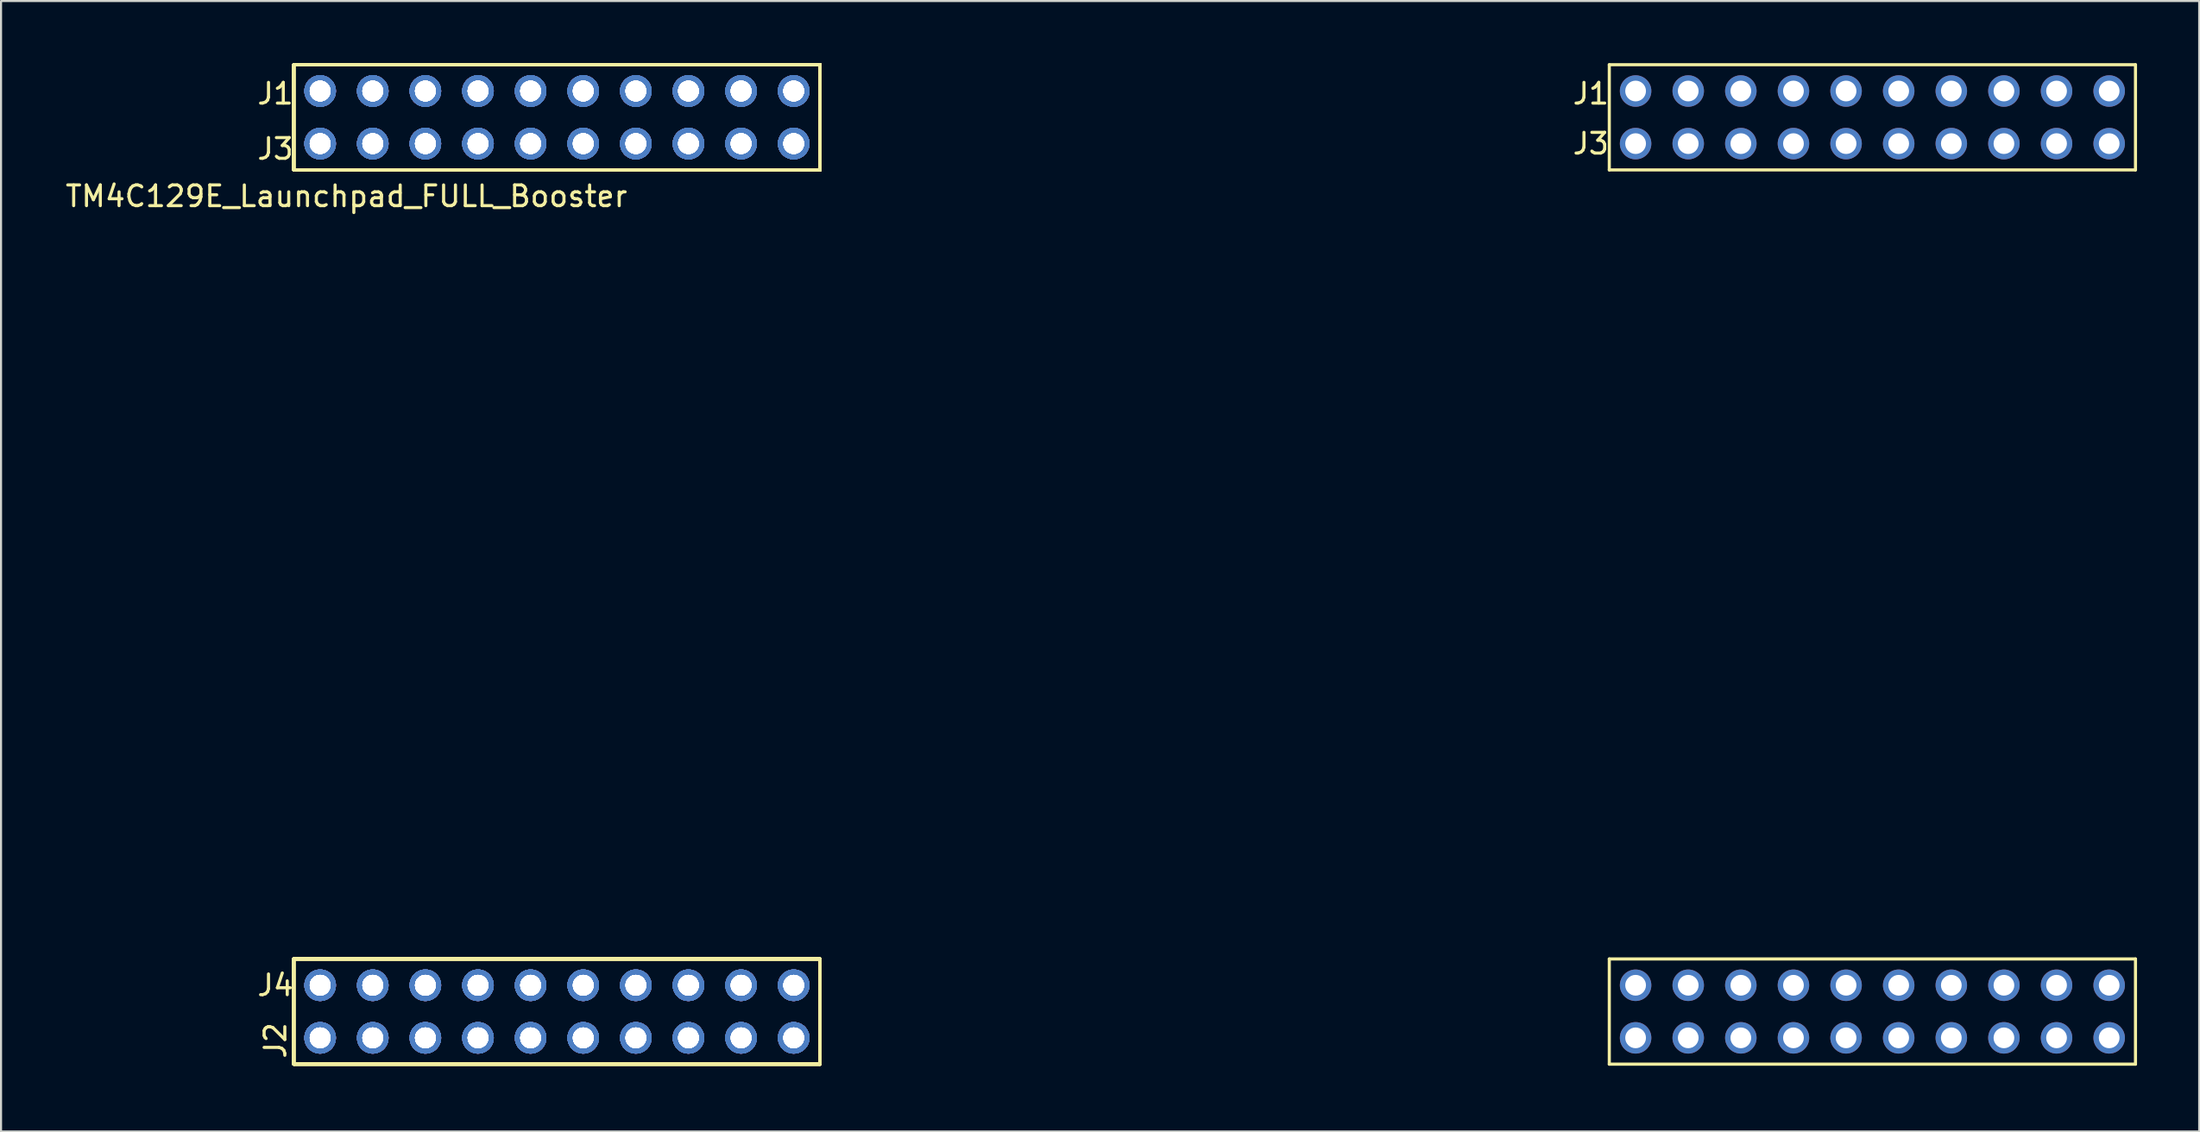
<source format=kicad_pcb>
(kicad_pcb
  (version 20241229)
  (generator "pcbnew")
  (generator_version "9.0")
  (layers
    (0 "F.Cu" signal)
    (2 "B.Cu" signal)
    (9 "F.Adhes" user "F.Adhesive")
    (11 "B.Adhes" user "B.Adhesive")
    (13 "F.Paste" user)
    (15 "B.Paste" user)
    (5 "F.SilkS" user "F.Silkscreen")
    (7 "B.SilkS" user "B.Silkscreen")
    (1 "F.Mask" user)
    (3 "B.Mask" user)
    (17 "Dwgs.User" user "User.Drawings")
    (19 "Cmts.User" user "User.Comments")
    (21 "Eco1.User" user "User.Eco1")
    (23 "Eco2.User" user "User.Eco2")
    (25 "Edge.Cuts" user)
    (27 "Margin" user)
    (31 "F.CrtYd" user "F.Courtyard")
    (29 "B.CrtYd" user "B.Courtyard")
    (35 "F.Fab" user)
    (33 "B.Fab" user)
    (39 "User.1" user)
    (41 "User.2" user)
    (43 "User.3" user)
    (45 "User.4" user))
  (footprint "TM4C129E_Launchpad_FULL_Booster"
    (layer "F.Cu")
    (at 11.133 48.335)
    (property "Reference" "TM4C129E_Launchpad_FULL_Booster" (at 2.54 -41.91 0) (layer "F.SilkS") (effects (font (size 1 1) (thickness 0.15))))
    (attr through_hole)
    (fp_line (start 0 -48.26) (end 0 -43.18) (stroke (width 0.15) (type solid)) (layer "F.SilkS"))
    (fp_line (start 0 -48.26) (end 0 -43.18) (stroke (width 0.15) (type solid)) (layer "F.SilkS"))
    (fp_line (start 0 -48.26) (end 0 -43.18) (stroke (width 0.15) (type solid)) (layer "F.SilkS"))
    (fp_line (start 0 -48.26) (end 0 -43.18) (stroke (width 0.15) (type solid)) (layer "F.SilkS"))
    (fp_line (start 0 -48.26) (end 0 -43.18) (stroke (width 0.15) (type solid)) (layer "F.SilkS"))
    (fp_line (start 0 -48.26) (end 0 -43.18) (stroke (width 0.15) (type solid)) (layer "F.SilkS"))
    (fp_line (start 0 -48.26) (end 0 -43.18) (stroke (width 0.15) (type solid)) (layer "F.SilkS"))
    (fp_line (start 0 -48.26) (end 0 -43.18) (stroke (width 0.15) (type solid)) (layer "F.SilkS"))
    (fp_line (start 0 -43.18) (end 25.4 -43.18) (stroke (width 0.15) (type solid)) (layer "F.SilkS"))
    (fp_line (start 0 -43.18) (end 25.4 -43.18) (stroke (width 0.15) (type solid)) (layer "F.SilkS"))
    (fp_line (start 0 -43.18) (end 25.4 -43.18) (stroke (width 0.15) (type solid)) (layer "F.SilkS"))
    (fp_line (start 0 -43.18) (end 25.4 -43.18) (stroke (width 0.15) (type solid)) (layer "F.SilkS"))
    (fp_line (start 0 -43.18) (end 25.4 -43.18) (stroke (width 0.15) (type solid)) (layer "F.SilkS"))
    (fp_line (start 0 -43.18) (end 25.4 -43.18) (stroke (width 0.15) (type solid)) (layer "F.SilkS"))
    (fp_line (start 0 -43.18) (end 25.4 -43.18) (stroke (width 0.15) (type solid)) (layer "F.SilkS"))
    (fp_line (start 0 -43.18) (end 25.4 -43.18) (stroke (width 0.15) (type solid)) (layer "F.SilkS"))
    (fp_line (start 0 -5.08) (end 0 0) (stroke (width 0.15) (type solid)) (layer "F.SilkS"))
    (fp_line (start 0 -5.08) (end 0 0) (stroke (width 0.15) (type solid)) (layer "F.SilkS"))
    (fp_line (start 0 -5.08) (end 0 0) (stroke (width 0.15) (type solid)) (layer "F.SilkS"))
    (fp_line (start 0 -5.08) (end 0 0) (stroke (width 0.15) (type solid)) (layer "F.SilkS"))
    (fp_line (start 0 -5.08) (end 0 0) (stroke (width 0.15) (type solid)) (layer "F.SilkS"))
    (fp_line (start 0 -5.08) (end 0 0) (stroke (width 0.15) (type solid)) (layer "F.SilkS"))
    (fp_line (start 0 -5.08) (end 0 0) (stroke (width 0.15) (type solid)) (layer "F.SilkS"))
    (fp_line (start 0 -5.08) (end 0 0) (stroke (width 0.15) (type solid)) (layer "F.SilkS"))
    (fp_line (start 0 0) (end 25.4 0) (stroke (width 0.15) (type solid)) (layer "F.SilkS"))
    (fp_line (start 0 0) (end 25.4 0) (stroke (width 0.15) (type solid)) (layer "F.SilkS"))
    (fp_line (start 0 0) (end 25.4 0) (stroke (width 0.15) (type solid)) (layer "F.SilkS"))
    (fp_line (start 0 0) (end 25.4 0) (stroke (width 0.15) (type solid)) (layer "F.SilkS"))
    (fp_line (start 0 0) (end 25.4 0) (stroke (width 0.15) (type solid)) (layer "F.SilkS"))
    (fp_line (start 0 0) (end 25.4 0) (stroke (width 0.15) (type solid)) (layer "F.SilkS"))
    (fp_line (start 0 0) (end 25.4 0) (stroke (width 0.15) (type solid)) (layer "F.SilkS"))
    (fp_line (start 0 0) (end 25.4 0) (stroke (width 0.15) (type solid)) (layer "F.SilkS"))
    (fp_line (start 25.4 -48.26) (end 0 -48.26) (stroke (width 0.15) (type solid)) (layer "F.SilkS"))
    (fp_line (start 25.4 -48.26) (end 0 -48.26) (stroke (width 0.15) (type solid)) (layer "F.SilkS"))
    (fp_line (start 25.4 -48.26) (end 0 -48.26) (stroke (width 0.15) (type solid)) (layer "F.SilkS"))
    (fp_line (start 25.4 -48.26) (end 0 -48.26) (stroke (width 0.15) (type solid)) (layer "F.SilkS"))
    (fp_line (start 25.4 -48.26) (end 0 -48.26) (stroke (width 0.15) (type solid)) (layer "F.SilkS"))
    (fp_line (start 25.4 -48.26) (end 0 -48.26) (stroke (width 0.15) (type solid)) (layer "F.SilkS"))
    (fp_line (start 25.4 -48.26) (end 0 -48.26) (stroke (width 0.15) (type solid)) (layer "F.SilkS"))
    (fp_line (start 25.4 -48.26) (end 0 -48.26) (stroke (width 0.15) (type solid)) (layer "F.SilkS"))
    (fp_line (start 25.4 -43.18) (end 25.4 -48.26) (stroke (width 0.15) (type solid)) (layer "F.SilkS"))
    (fp_line (start 25.4 -43.18) (end 25.4 -48.26) (stroke (width 0.15) (type solid)) (layer "F.SilkS"))
    (fp_line (start 25.4 -43.18) (end 25.4 -48.26) (stroke (width 0.15) (type solid)) (layer "F.SilkS"))
    (fp_line (start 25.4 -43.18) (end 25.4 -48.26) (stroke (width 0.15) (type solid)) (layer "F.SilkS"))
    (fp_line (start 25.4 -43.18) (end 25.4 -48.26) (stroke (width 0.15) (type solid)) (layer "F.SilkS"))
    (fp_line (start 25.4 -43.18) (end 25.4 -48.26) (stroke (width 0.15) (type solid)) (layer "F.SilkS"))
    (fp_line (start 25.4 -43.18) (end 25.4 -48.26) (stroke (width 0.15) (type solid)) (layer "F.SilkS"))
    (fp_line (start 25.4 -43.18) (end 25.4 -48.26) (stroke (width 0.15) (type solid)) (layer "F.SilkS"))
    (fp_line (start 25.4 -5.08) (end 0 -5.08) (stroke (width 0.15) (type solid)) (layer "F.SilkS"))
    (fp_line (start 25.4 -5.08) (end 0 -5.08) (stroke (width 0.15) (type solid)) (layer "F.SilkS"))
    (fp_line (start 25.4 -5.08) (end 0 -5.08) (stroke (width 0.15) (type solid)) (layer "F.SilkS"))
    (fp_line (start 25.4 -5.08) (end 0 -5.08) (stroke (width 0.15) (type solid)) (layer "F.SilkS"))
    (fp_line (start 25.4 -5.08) (end 0 -5.08) (stroke (width 0.15) (type solid)) (layer "F.SilkS"))
    (fp_line (start 25.4 -5.08) (end 0 -5.08) (stroke (width 0.15) (type solid)) (layer "F.SilkS"))
    (fp_line (start 25.4 -5.08) (end 0 -5.08) (stroke (width 0.15) (type solid)) (layer "F.SilkS"))
    (fp_line (start 25.4 -5.08) (end 0 -5.08) (stroke (width 0.15) (type solid)) (layer "F.SilkS"))
    (fp_line (start 25.4 0) (end 25.4 -5.08) (stroke (width 0.15) (type solid)) (layer "F.SilkS"))
    (fp_line (start 25.4 0) (end 25.4 -5.08) (stroke (width 0.15) (type solid)) (layer "F.SilkS"))
    (fp_line (start 25.4 0) (end 25.4 -5.08) (stroke (width 0.15) (type solid)) (layer "F.SilkS"))
    (fp_line (start 25.4 0) (end 25.4 -5.08) (stroke (width 0.15) (type solid)) (layer "F.SilkS"))
    (fp_line (start 25.4 0) (end 25.4 -5.08) (stroke (width 0.15) (type solid)) (layer "F.SilkS"))
    (fp_line (start 25.4 0) (end 25.4 -5.08) (stroke (width 0.15) (type solid)) (layer "F.SilkS"))
    (fp_line (start 25.4 0) (end 25.4 -5.08) (stroke (width 0.15) (type solid)) (layer "F.SilkS"))
    (fp_line (start 25.4 0) (end 25.4 -5.08) (stroke (width 0.15) (type solid)) (layer "F.SilkS"))
    (fp_line (start 63.5 -48.26) (end 63.5 -43.18) (stroke (width 0.15) (type solid)) (layer "F.SilkS"))
    (fp_line (start 63.5 -43.18) (end 88.9 -43.18) (stroke (width 0.15) (type solid)) (layer "F.SilkS"))
    (fp_line (start 63.5 -5.08) (end 63.5 0) (stroke (width 0.15) (type solid)) (layer "F.SilkS"))
    (fp_line (start 63.5 0) (end 88.9 0) (stroke (width 0.15) (type solid)) (layer "F.SilkS"))
    (fp_line (start 88.9 -48.26) (end 63.5 -48.26) (stroke (width 0.15) (type solid)) (layer "F.SilkS"))
    (fp_line (start 88.9 -43.18) (end 88.9 -48.26) (stroke (width 0.15) (type solid)) (layer "F.SilkS"))
    (fp_line (start 88.9 -5.08) (end 63.5 -5.08) (stroke (width 0.15) (type solid)) (layer "F.SilkS"))
    (fp_line (start 88.9 0) (end 88.9 -5.08) (stroke (width 0.15) (type solid)) (layer "F.SilkS"))
    (fp_text user "J1" (at 62.611 -46.863 0) (layer "F.SilkS") (effects (font (size 1 1) (thickness 0.15))))
    (fp_text user "J3" (at 62.611 -44.45 0) (layer "F.SilkS") (effects (font (size 1 1) (thickness 0.15))))
    (fp_text user "J4" (at -0.889 -3.81 0) (layer "F.SilkS") (effects (font (size 1 1) (thickness 0.15))))
    (fp_text user "J1" (at -0.889 -46.863 0) (layer "F.SilkS") (effects (font (size 1 1) (thickness 0.15))))
    (fp_text user "J3" (at -0.889 -44.196 0) (layer "F.SilkS") (effects (font (size 1 1) (thickness 0.15))))
    (fp_text user "J2" (at -0.889 -1.143 90) (layer "F.SilkS") (effects (font (size 1 1) (thickness 0.15))))
    (pad "A11" thru_hole circle (at 87.63 -46.99) (size 1.52 1.52) (drill 1) (layers "*.Cu" "*.Mask" "F.Paste"))
    (pad "A12" thru_hole circle (at 85.09 -46.99) (size 1.52 1.52) (drill 1) (layers "*.Cu" "*.Mask" "F.Paste"))
    (pad "A13" thru_hole circle (at 82.55 -46.99) (size 1.52 1.52) (drill 1) (layers "*.Cu" "*.Mask" "F.Paste"))
    (pad "A14" thru_hole circle (at 80.01 -46.99) (size 1.52 1.52) (drill 1) (layers "*.Cu" "*.Mask" "F.Paste"))
    (pad "A15" thru_hole circle (at 77.47 -46.99) (size 1.52 1.52) (drill 1) (layers "*.Cu" "*.Mask" "F.Paste"))
    (pad "A16" thru_hole circle (at 74.93 -46.99) (size 1.52 1.52) (drill 1) (layers "*.Cu" "*.Mask" "F.Paste"))
    (pad "A17" thru_hole circle (at 72.39 -46.99) (size 1.52 1.52) (drill 1) (layers "*.Cu" "*.Mask" "F.Paste"))
    (pad "A18" thru_hole circle (at 69.85 -46.99) (size 1.52 1.52) (drill 1) (layers "*.Cu" "*.Mask" "F.Paste"))
    (pad "A19" thru_hole circle (at 67.31 -46.99) (size 1.52 1.52) (drill 1) (layers "*.Cu" "*.Mask" "F.Paste"))
    (pad "A20" thru_hole circle (at 64.77 -46.99) (size 1.52 1.52) (drill 1) (layers "*.Cu" "*.Mask" "F.Paste"))
    (pad "A21" thru_hole circle (at 24.13 -46.99) (size 1.52 1.52) (drill 1) (layers "*.Cu" "*.Mask" "F.Paste"))
    (pad "A21" thru_hole circle (at 24.13 -46.99) (size 1.52 1.52) (drill 1) (layers "*.Cu" "*.Mask" "F.Paste"))
    (pad "A21" thru_hole circle (at 24.13 -46.99) (size 1.52 1.52) (drill 1) (layers "*.Cu" "*.Mask" "F.Paste"))
    (pad "A21" thru_hole circle (at 24.13 -46.99) (size 1.52 1.52) (drill 1) (layers "*.Cu" "*.Mask" "F.Paste"))
    (pad "A21" thru_hole circle (at 24.13 -46.99) (size 1.52 1.52) (drill 1) (layers "*.Cu" "*.Mask" "F.Paste"))
    (pad "A21" thru_hole circle (at 24.13 -46.99) (size 1.52 1.52) (drill 1) (layers "*.Cu" "*.Mask" "F.Paste"))
    (pad "A21" thru_hole circle (at 24.13 -46.99) (size 1.52 1.52) (drill 1) (layers "*.Cu" "*.Mask" "F.Paste"))
    (pad "A21" thru_hole circle (at 24.13 -46.99) (size 1.52 1.52) (drill 1) (layers "*.Cu" "*.Mask" "F.Paste"))
    (pad "A22" thru_hole circle (at 21.59 -46.99) (size 1.52 1.52) (drill 1) (layers "*.Cu" "*.Mask" "F.Paste"))
    (pad "A22" thru_hole circle (at 21.59 -46.99) (size 1.52 1.52) (drill 1) (layers "*.Cu" "*.Mask" "F.Paste"))
    (pad "A22" thru_hole circle (at 21.59 -46.99) (size 1.52 1.52) (drill 1) (layers "*.Cu" "*.Mask" "F.Paste"))
    (pad "A22" thru_hole circle (at 21.59 -46.99) (size 1.52 1.52) (drill 1) (layers "*.Cu" "*.Mask" "F.Paste"))
    (pad "A22" thru_hole circle (at 21.59 -46.99) (size 1.52 1.52) (drill 1) (layers "*.Cu" "*.Mask" "F.Paste"))
    (pad "A22" thru_hole circle (at 21.59 -46.99) (size 1.52 1.52) (drill 1) (layers "*.Cu" "*.Mask" "F.Paste"))
    (pad "A22" thru_hole circle (at 21.59 -46.99) (size 1.52 1.52) (drill 1) (layers "*.Cu" "*.Mask" "F.Paste"))
    (pad "A22" thru_hole circle (at 21.59 -46.99) (size 1.52 1.52) (drill 1) (layers "*.Cu" "*.Mask" "F.Paste"))
    (pad "A23" thru_hole circle (at 19.05 -46.99) (size 1.52 1.52) (drill 1) (layers "*.Cu" "*.Mask" "F.Paste"))
    (pad "A23" thru_hole circle (at 19.05 -46.99) (size 1.52 1.52) (drill 1) (layers "*.Cu" "*.Mask" "F.Paste"))
    (pad "A23" thru_hole circle (at 19.05 -46.99) (size 1.52 1.52) (drill 1) (layers "*.Cu" "*.Mask" "F.Paste"))
    (pad "A23" thru_hole circle (at 19.05 -46.99) (size 1.52 1.52) (drill 1) (layers "*.Cu" "*.Mask" "F.Paste"))
    (pad "A23" thru_hole circle (at 19.05 -46.99) (size 1.52 1.52) (drill 1) (layers "*.Cu" "*.Mask" "F.Paste"))
    (pad "A23" thru_hole circle (at 19.05 -46.99) (size 1.52 1.52) (drill 1) (layers "*.Cu" "*.Mask" "F.Paste"))
    (pad "A23" thru_hole circle (at 19.05 -46.99) (size 1.52 1.52) (drill 1) (layers "*.Cu" "*.Mask" "F.Paste"))
    (pad "A23" thru_hole circle (at 19.05 -46.99) (size 1.52 1.52) (drill 1) (layers "*.Cu" "*.Mask" "F.Paste"))
    (pad "A24" thru_hole circle (at 16.51 -46.99) (size 1.52 1.52) (drill 1) (layers "*.Cu" "*.Mask" "F.Paste"))
    (pad "A24" thru_hole circle (at 16.51 -46.99) (size 1.52 1.52) (drill 1) (layers "*.Cu" "*.Mask" "F.Paste"))
    (pad "A24" thru_hole circle (at 16.51 -46.99) (size 1.52 1.52) (drill 1) (layers "*.Cu" "*.Mask" "F.Paste"))
    (pad "A24" thru_hole circle (at 16.51 -46.99) (size 1.52 1.52) (drill 1) (layers "*.Cu" "*.Mask" "F.Paste"))
    (pad "A24" thru_hole circle (at 16.51 -46.99) (size 1.52 1.52) (drill 1) (layers "*.Cu" "*.Mask" "F.Paste"))
    (pad "A24" thru_hole circle (at 16.51 -46.99) (size 1.52 1.52) (drill 1) (layers "*.Cu" "*.Mask" "F.Paste"))
    (pad "A24" thru_hole circle (at 16.51 -46.99) (size 1.52 1.52) (drill 1) (layers "*.Cu" "*.Mask" "F.Paste"))
    (pad "A24" thru_hole circle (at 16.51 -46.99) (size 1.52 1.52) (drill 1) (layers "*.Cu" "*.Mask" "F.Paste"))
    (pad "A25" thru_hole circle (at 13.97 -46.99) (size 1.52 1.52) (drill 1) (layers "*.Cu" "*.Mask" "F.Paste"))
    (pad "A25" thru_hole circle (at 13.97 -46.99) (size 1.52 1.52) (drill 1) (layers "*.Cu" "*.Mask" "F.Paste"))
    (pad "A25" thru_hole circle (at 13.97 -46.99) (size 1.52 1.52) (drill 1) (layers "*.Cu" "*.Mask" "F.Paste"))
    (pad "A25" thru_hole circle (at 13.97 -46.99) (size 1.52 1.52) (drill 1) (layers "*.Cu" "*.Mask" "F.Paste"))
    (pad "A25" thru_hole circle (at 13.97 -46.99) (size 1.52 1.52) (drill 1) (layers "*.Cu" "*.Mask" "F.Paste"))
    (pad "A25" thru_hole circle (at 13.97 -46.99) (size 1.52 1.52) (drill 1) (layers "*.Cu" "*.Mask" "F.Paste"))
    (pad "A25" thru_hole circle (at 13.97 -46.99) (size 1.52 1.52) (drill 1) (layers "*.Cu" "*.Mask" "F.Paste"))
    (pad "A25" thru_hole circle (at 13.97 -46.99) (size 1.52 1.52) (drill 1) (layers "*.Cu" "*.Mask" "F.Paste"))
    (pad "A26" thru_hole circle (at 11.43 -46.99) (size 1.52 1.52) (drill 1) (layers "*.Cu" "*.Mask" "F.Paste"))
    (pad "A26" thru_hole circle (at 11.43 -46.99) (size 1.52 1.52) (drill 1) (layers "*.Cu" "*.Mask" "F.Paste"))
    (pad "A26" thru_hole circle (at 11.43 -46.99) (size 1.52 1.52) (drill 1) (layers "*.Cu" "*.Mask" "F.Paste"))
    (pad "A26" thru_hole circle (at 11.43 -46.99) (size 1.52 1.52) (drill 1) (layers "*.Cu" "*.Mask" "F.Paste"))
    (pad "A26" thru_hole circle (at 11.43 -46.99) (size 1.52 1.52) (drill 1) (layers "*.Cu" "*.Mask" "F.Paste"))
    (pad "A26" thru_hole circle (at 11.43 -46.99) (size 1.52 1.52) (drill 1) (layers "*.Cu" "*.Mask" "F.Paste"))
    (pad "A26" thru_hole circle (at 11.43 -46.99) (size 1.52 1.52) (drill 1) (layers "*.Cu" "*.Mask" "F.Paste"))
    (pad "A26" thru_hole circle (at 11.43 -46.99) (size 1.52 1.52) (drill 1) (layers "*.Cu" "*.Mask" "F.Paste"))
    (pad "A27" thru_hole circle (at 8.89 -46.99) (size 1.52 1.52) (drill 1) (layers "*.Cu" "*.Mask" "F.Paste"))
    (pad "A27" thru_hole circle (at 8.89 -46.99) (size 1.52 1.52) (drill 1) (layers "*.Cu" "*.Mask" "F.Paste"))
    (pad "A27" thru_hole circle (at 8.89 -46.99) (size 1.52 1.52) (drill 1) (layers "*.Cu" "*.Mask" "F.Paste"))
    (pad "A27" thru_hole circle (at 8.89 -46.99) (size 1.52 1.52) (drill 1) (layers "*.Cu" "*.Mask" "F.Paste"))
    (pad "A27" thru_hole circle (at 8.89 -46.99) (size 1.52 1.52) (drill 1) (layers "*.Cu" "*.Mask" "F.Paste"))
    (pad "A27" thru_hole circle (at 8.89 -46.99) (size 1.52 1.52) (drill 1) (layers "*.Cu" "*.Mask" "F.Paste"))
    (pad "A27" thru_hole circle (at 8.89 -46.99) (size 1.52 1.52) (drill 1) (layers "*.Cu" "*.Mask" "F.Paste"))
    (pad "A27" thru_hole circle (at 8.89 -46.99) (size 1.52 1.52) (drill 1) (layers "*.Cu" "*.Mask" "F.Paste"))
    (pad "A28" thru_hole circle (at 6.35 -46.99) (size 1.52 1.52) (drill 1) (layers "*.Cu" "*.Mask" "F.Paste"))
    (pad "A28" thru_hole circle (at 6.35 -46.99) (size 1.52 1.52) (drill 1) (layers "*.Cu" "*.Mask" "F.Paste"))
    (pad "A28" thru_hole circle (at 6.35 -46.99) (size 1.52 1.52) (drill 1) (layers "*.Cu" "*.Mask" "F.Paste"))
    (pad "A28" thru_hole circle (at 6.35 -46.99) (size 1.52 1.52) (drill 1) (layers "*.Cu" "*.Mask" "F.Paste"))
    (pad "A28" thru_hole circle (at 6.35 -46.99) (size 1.52 1.52) (drill 1) (layers "*.Cu" "*.Mask" "F.Paste"))
    (pad "A28" thru_hole circle (at 6.35 -46.99) (size 1.52 1.52) (drill 1) (layers "*.Cu" "*.Mask" "F.Paste"))
    (pad "A28" thru_hole circle (at 6.35 -46.99) (size 1.52 1.52) (drill 1) (layers "*.Cu" "*.Mask" "F.Paste"))
    (pad "A28" thru_hole circle (at 6.35 -46.99) (size 1.52 1.52) (drill 1) (layers "*.Cu" "*.Mask" "F.Paste"))
    (pad "A29" thru_hole circle (at 3.81 -46.99) (size 1.52 1.52) (drill 1) (layers "*.Cu" "*.Mask" "F.Paste"))
    (pad "A29" thru_hole circle (at 3.81 -46.99) (size 1.52 1.52) (drill 1) (layers "*.Cu" "*.Mask" "F.Paste"))
    (pad "A29" thru_hole circle (at 3.81 -46.99) (size 1.52 1.52) (drill 1) (layers "*.Cu" "*.Mask" "F.Paste"))
    (pad "A29" thru_hole circle (at 3.81 -46.99) (size 1.52 1.52) (drill 1) (layers "*.Cu" "*.Mask" "F.Paste"))
    (pad "A29" thru_hole circle (at 3.81 -46.99) (size 1.52 1.52) (drill 1) (layers "*.Cu" "*.Mask" "F.Paste"))
    (pad "A29" thru_hole circle (at 3.81 -46.99) (size 1.52 1.52) (drill 1) (layers "*.Cu" "*.Mask" "F.Paste"))
    (pad "A29" thru_hole circle (at 3.81 -46.99) (size 1.52 1.52) (drill 1) (layers "*.Cu" "*.Mask" "F.Paste"))
    (pad "A29" thru_hole circle (at 3.81 -46.99) (size 1.52 1.52) (drill 1) (layers "*.Cu" "*.Mask" "F.Paste"))
    (pad "A210" thru_hole circle (at 1.27 -46.99) (size 1.52 1.52) (drill 1) (layers "*.Cu" "*.Mask" "F.Paste"))
    (pad "A210" thru_hole circle (at 1.27 -46.99) (size 1.52 1.52) (drill 1) (layers "*.Cu" "*.Mask" "F.Paste"))
    (pad "A210" thru_hole circle (at 1.27 -46.99) (size 1.52 1.52) (drill 1) (layers "*.Cu" "*.Mask" "F.Paste"))
    (pad "A210" thru_hole circle (at 1.27 -46.99) (size 1.52 1.52) (drill 1) (layers "*.Cu" "*.Mask" "F.Paste"))
    (pad "A210" thru_hole circle (at 1.27 -46.99) (size 1.52 1.52) (drill 1) (layers "*.Cu" "*.Mask" "F.Paste"))
    (pad "A210" thru_hole circle (at 1.27 -46.99) (size 1.52 1.52) (drill 1) (layers "*.Cu" "*.Mask" "F.Paste"))
    (pad "A210" thru_hole circle (at 1.27 -46.99) (size 1.52 1.52) (drill 1) (layers "*.Cu" "*.Mask" "F.Paste"))
    (pad "A210" thru_hole circle (at 1.27 -46.99) (size 1.52 1.52) (drill 1) (layers "*.Cu" "*.Mask" "F.Paste"))
    (pad "B11" thru_hole circle (at 87.63 -44.45) (size 1.52 1.52) (drill 1) (layers "*.Cu" "*.Mask" "F.Paste"))
    (pad "B12" thru_hole circle (at 85.09 -44.45) (size 1.52 1.52) (drill 1) (layers "*.Cu" "*.Mask" "F.Paste"))
    (pad "B13" thru_hole circle (at 82.55 -44.45) (size 1.52 1.52) (drill 1) (layers "*.Cu" "*.Mask" "F.Paste"))
    (pad "B14" thru_hole circle (at 80.01 -44.45) (size 1.52 1.52) (drill 1) (layers "*.Cu" "*.Mask" "F.Paste"))
    (pad "B15" thru_hole circle (at 77.47 -44.45) (size 1.52 1.52) (drill 1) (layers "*.Cu" "*.Mask" "F.Paste"))
    (pad "B16" thru_hole circle (at 74.93 -44.45) (size 1.52 1.52) (drill 1) (layers "*.Cu" "*.Mask" "F.Paste"))
    (pad "B17" thru_hole circle (at 72.39 -44.45) (size 1.52 1.52) (drill 1) (layers "*.Cu" "*.Mask" "F.Paste"))
    (pad "B18" thru_hole circle (at 69.85 -44.45) (size 1.52 1.52) (drill 1) (layers "*.Cu" "*.Mask" "F.Paste"))
    (pad "B19" thru_hole circle (at 67.31 -44.45) (size 1.52 1.52) (drill 1) (layers "*.Cu" "*.Mask" "F.Paste"))
    (pad "B21" thru_hole circle (at 24.13 -44.45) (size 1.52 1.52) (drill 1) (layers "*.Cu" "*.Mask" "F.Paste"))
    (pad "B21" thru_hole circle (at 24.13 -44.45) (size 1.52 1.52) (drill 1) (layers "*.Cu" "*.Mask" "F.Paste"))
    (pad "B21" thru_hole circle (at 24.13 -44.45) (size 1.52 1.52) (drill 1) (layers "*.Cu" "*.Mask" "F.Paste"))
    (pad "B21" thru_hole circle (at 24.13 -44.45) (size 1.52 1.52) (drill 1) (layers "*.Cu" "*.Mask" "F.Paste"))
    (pad "B21" thru_hole circle (at 24.13 -44.45) (size 1.52 1.52) (drill 1) (layers "*.Cu" "*.Mask" "F.Paste"))
    (pad "B21" thru_hole circle (at 24.13 -44.45) (size 1.52 1.52) (drill 1) (layers "*.Cu" "*.Mask" "F.Paste"))
    (pad "B21" thru_hole circle (at 24.13 -44.45) (size 1.52 1.52) (drill 1) (layers "*.Cu" "*.Mask" "F.Paste"))
    (pad "B21" thru_hole circle (at 24.13 -44.45) (size 1.52 1.52) (drill 1) (layers "*.Cu" "*.Mask" "F.Paste"))
    (pad "B22" thru_hole circle (at 21.59 -44.45) (size 1.52 1.52) (drill 1) (layers "*.Cu" "*.Mask" "F.Paste"))
    (pad "B22" thru_hole circle (at 21.59 -44.45) (size 1.52 1.52) (drill 1) (layers "*.Cu" "*.Mask" "F.Paste"))
    (pad "B22" thru_hole circle (at 21.59 -44.45) (size 1.52 1.52) (drill 1) (layers "*.Cu" "*.Mask" "F.Paste"))
    (pad "B22" thru_hole circle (at 21.59 -44.45) (size 1.52 1.52) (drill 1) (layers "*.Cu" "*.Mask" "F.Paste"))
    (pad "B22" thru_hole circle (at 21.59 -44.45) (size 1.52 1.52) (drill 1) (layers "*.Cu" "*.Mask" "F.Paste"))
    (pad "B22" thru_hole circle (at 21.59 -44.45) (size 1.52 1.52) (drill 1) (layers "*.Cu" "*.Mask" "F.Paste"))
    (pad "B22" thru_hole circle (at 21.59 -44.45) (size 1.52 1.52) (drill 1) (layers "*.Cu" "*.Mask" "F.Paste"))
    (pad "B22" thru_hole circle (at 21.59 -44.45) (size 1.52 1.52) (drill 1) (layers "*.Cu" "*.Mask" "F.Paste"))
    (pad "B23" thru_hole circle (at 19.05 -44.45) (size 1.52 1.52) (drill 1) (layers "*.Cu" "*.Mask" "F.Paste"))
    (pad "B23" thru_hole circle (at 19.05 -44.45) (size 1.52 1.52) (drill 1) (layers "*.Cu" "*.Mask" "F.Paste"))
    (pad "B23" thru_hole circle (at 19.05 -44.45) (size 1.52 1.52) (drill 1) (layers "*.Cu" "*.Mask" "F.Paste"))
    (pad "B23" thru_hole circle (at 19.05 -44.45) (size 1.52 1.52) (drill 1) (layers "*.Cu" "*.Mask" "F.Paste"))
    (pad "B23" thru_hole circle (at 19.05 -44.45) (size 1.52 1.52) (drill 1) (layers "*.Cu" "*.Mask" "F.Paste"))
    (pad "B23" thru_hole circle (at 19.05 -44.45) (size 1.52 1.52) (drill 1) (layers "*.Cu" "*.Mask" "F.Paste"))
    (pad "B23" thru_hole circle (at 19.05 -44.45) (size 1.52 1.52) (drill 1) (layers "*.Cu" "*.Mask" "F.Paste"))
    (pad "B23" thru_hole circle (at 19.05 -44.45) (size 1.52 1.52) (drill 1) (layers "*.Cu" "*.Mask" "F.Paste"))
    (pad "B24" thru_hole circle (at 16.51 -44.45) (size 1.52 1.52) (drill 1) (layers "*.Cu" "*.Mask" "F.Paste"))
    (pad "B24" thru_hole circle (at 16.51 -44.45) (size 1.52 1.52) (drill 1) (layers "*.Cu" "*.Mask" "F.Paste"))
    (pad "B24" thru_hole circle (at 16.51 -44.45) (size 1.52 1.52) (drill 1) (layers "*.Cu" "*.Mask" "F.Paste"))
    (pad "B24" thru_hole circle (at 16.51 -44.45) (size 1.52 1.52) (drill 1) (layers "*.Cu" "*.Mask" "F.Paste"))
    (pad "B24" thru_hole circle (at 16.51 -44.45) (size 1.52 1.52) (drill 1) (layers "*.Cu" "*.Mask" "F.Paste"))
    (pad "B24" thru_hole circle (at 16.51 -44.45) (size 1.52 1.52) (drill 1) (layers "*.Cu" "*.Mask" "F.Paste"))
    (pad "B24" thru_hole circle (at 16.51 -44.45) (size 1.52 1.52) (drill 1) (layers "*.Cu" "*.Mask" "F.Paste"))
    (pad "B24" thru_hole circle (at 16.51 -44.45) (size 1.52 1.52) (drill 1) (layers "*.Cu" "*.Mask" "F.Paste"))
    (pad "B25" thru_hole circle (at 13.97 -44.45) (size 1.52 1.52) (drill 1) (layers "*.Cu" "*.Mask" "F.Paste"))
    (pad "B25" thru_hole circle (at 13.97 -44.45) (size 1.52 1.52) (drill 1) (layers "*.Cu" "*.Mask" "F.Paste"))
    (pad "B25" thru_hole circle (at 13.97 -44.45) (size 1.52 1.52) (drill 1) (layers "*.Cu" "*.Mask" "F.Paste"))
    (pad "B25" thru_hole circle (at 13.97 -44.45) (size 1.52 1.52) (drill 1) (layers "*.Cu" "*.Mask" "F.Paste"))
    (pad "B25" thru_hole circle (at 13.97 -44.45) (size 1.52 1.52) (drill 1) (layers "*.Cu" "*.Mask" "F.Paste"))
    (pad "B25" thru_hole circle (at 13.97 -44.45) (size 1.52 1.52) (drill 1) (layers "*.Cu" "*.Mask" "F.Paste"))
    (pad "B25" thru_hole circle (at 13.97 -44.45) (size 1.52 1.52) (drill 1) (layers "*.Cu" "*.Mask" "F.Paste"))
    (pad "B25" thru_hole circle (at 13.97 -44.45) (size 1.52 1.52) (drill 1) (layers "*.Cu" "*.Mask" "F.Paste"))
    (pad "B26" thru_hole circle (at 11.43 -44.45) (size 1.52 1.52) (drill 1) (layers "*.Cu" "*.Mask" "F.Paste"))
    (pad "B26" thru_hole circle (at 11.43 -44.45) (size 1.52 1.52) (drill 1) (layers "*.Cu" "*.Mask" "F.Paste"))
    (pad "B26" thru_hole circle (at 11.43 -44.45) (size 1.52 1.52) (drill 1) (layers "*.Cu" "*.Mask" "F.Paste"))
    (pad "B26" thru_hole circle (at 11.43 -44.45) (size 1.52 1.52) (drill 1) (layers "*.Cu" "*.Mask" "F.Paste"))
    (pad "B26" thru_hole circle (at 11.43 -44.45) (size 1.52 1.52) (drill 1) (layers "*.Cu" "*.Mask" "F.Paste"))
    (pad "B26" thru_hole circle (at 11.43 -44.45) (size 1.52 1.52) (drill 1) (layers "*.Cu" "*.Mask" "F.Paste"))
    (pad "B26" thru_hole circle (at 11.43 -44.45) (size 1.52 1.52) (drill 1) (layers "*.Cu" "*.Mask" "F.Paste"))
    (pad "B26" thru_hole circle (at 11.43 -44.45) (size 1.52 1.52) (drill 1) (layers "*.Cu" "*.Mask" "F.Paste"))
    (pad "B27" thru_hole circle (at 8.89 -44.45) (size 1.52 1.52) (drill 1) (layers "*.Cu" "*.Mask" "F.Paste"))
    (pad "B27" thru_hole circle (at 8.89 -44.45) (size 1.52 1.52) (drill 1) (layers "*.Cu" "*.Mask" "F.Paste"))
    (pad "B27" thru_hole circle (at 8.89 -44.45) (size 1.52 1.52) (drill 1) (layers "*.Cu" "*.Mask" "F.Paste"))
    (pad "B27" thru_hole circle (at 8.89 -44.45) (size 1.52 1.52) (drill 1) (layers "*.Cu" "*.Mask" "F.Paste"))
    (pad "B27" thru_hole circle (at 8.89 -44.45) (size 1.52 1.52) (drill 1) (layers "*.Cu" "*.Mask" "F.Paste"))
    (pad "B27" thru_hole circle (at 8.89 -44.45) (size 1.52 1.52) (drill 1) (layers "*.Cu" "*.Mask" "F.Paste"))
    (pad "B27" thru_hole circle (at 8.89 -44.45) (size 1.52 1.52) (drill 1) (layers "*.Cu" "*.Mask" "F.Paste"))
    (pad "B27" thru_hole circle (at 8.89 -44.45) (size 1.52 1.52) (drill 1) (layers "*.Cu" "*.Mask" "F.Paste"))
    (pad "B28" thru_hole circle (at 6.35 -44.45) (size 1.52 1.52) (drill 1) (layers "*.Cu" "*.Mask" "F.Paste"))
    (pad "B28" thru_hole circle (at 6.35 -44.45) (size 1.52 1.52) (drill 1) (layers "*.Cu" "*.Mask" "F.Paste"))
    (pad "B28" thru_hole circle (at 6.35 -44.45) (size 1.52 1.52) (drill 1) (layers "*.Cu" "*.Mask" "F.Paste"))
    (pad "B28" thru_hole circle (at 6.35 -44.45) (size 1.52 1.52) (drill 1) (layers "*.Cu" "*.Mask" "F.Paste"))
    (pad "B28" thru_hole circle (at 6.35 -44.45) (size 1.52 1.52) (drill 1) (layers "*.Cu" "*.Mask" "F.Paste"))
    (pad "B28" thru_hole circle (at 6.35 -44.45) (size 1.52 1.52) (drill 1) (layers "*.Cu" "*.Mask" "F.Paste"))
    (pad "B28" thru_hole circle (at 6.35 -44.45) (size 1.52 1.52) (drill 1) (layers "*.Cu" "*.Mask" "F.Paste"))
    (pad "B28" thru_hole circle (at 6.35 -44.45) (size 1.52 1.52) (drill 1) (layers "*.Cu" "*.Mask" "F.Paste"))
    (pad "B29" thru_hole circle (at 3.81 -44.45) (size 1.52 1.52) (drill 1) (layers "*.Cu" "*.Mask" "F.Paste"))
    (pad "B29" thru_hole circle (at 3.81 -44.45) (size 1.52 1.52) (drill 1) (layers "*.Cu" "*.Mask" "F.Paste"))
    (pad "B29" thru_hole circle (at 3.81 -44.45) (size 1.52 1.52) (drill 1) (layers "*.Cu" "*.Mask" "F.Paste"))
    (pad "B29" thru_hole circle (at 3.81 -44.45) (size 1.52 1.52) (drill 1) (layers "*.Cu" "*.Mask" "F.Paste"))
    (pad "B29" thru_hole circle (at 3.81 -44.45) (size 1.52 1.52) (drill 1) (layers "*.Cu" "*.Mask" "F.Paste"))
    (pad "B29" thru_hole circle (at 3.81 -44.45) (size 1.52 1.52) (drill 1) (layers "*.Cu" "*.Mask" "F.Paste"))
    (pad "B29" thru_hole circle (at 3.81 -44.45) (size 1.52 1.52) (drill 1) (layers "*.Cu" "*.Mask" "F.Paste"))
    (pad "B29" thru_hole circle (at 3.81 -44.45) (size 1.52 1.52) (drill 1) (layers "*.Cu" "*.Mask" "F.Paste"))
    (pad "B110" thru_hole circle (at 64.77 -44.45) (size 1.52 1.52) (drill 1) (layers "*.Cu" "*.Mask" "F.Paste"))
    (pad "B210" thru_hole circle (at 1.27 -44.45) (size 1.52 1.52) (drill 1) (layers "*.Cu" "*.Mask" "F.Paste"))
    (pad "B210" thru_hole circle (at 1.27 -44.45) (size 1.52 1.52) (drill 1) (layers "*.Cu" "*.Mask" "F.Paste"))
    (pad "B210" thru_hole circle (at 1.27 -44.45) (size 1.52 1.52) (drill 1) (layers "*.Cu" "*.Mask" "F.Paste"))
    (pad "B210" thru_hole circle (at 1.27 -44.45) (size 1.52 1.52) (drill 1) (layers "*.Cu" "*.Mask" "F.Paste"))
    (pad "B210" thru_hole circle (at 1.27 -44.45) (size 1.52 1.52) (drill 1) (layers "*.Cu" "*.Mask" "F.Paste"))
    (pad "B210" thru_hole circle (at 1.27 -44.45) (size 1.52 1.52) (drill 1) (layers "*.Cu" "*.Mask" "F.Paste"))
    (pad "B210" thru_hole circle (at 1.27 -44.45) (size 1.52 1.52) (drill 1) (layers "*.Cu" "*.Mask" "F.Paste"))
    (pad "B210" thru_hole circle (at 1.27 -44.45) (size 1.52 1.52) (drill 1) (layers "*.Cu" "*.Mask" "F.Paste"))
    (pad "C11" thru_hole circle (at 87.63 -3.81) (size 1.52 1.52) (drill 1) (layers "*.Cu" "*.Mask" "F.Paste"))
    (pad "C11" thru_hole circle (at 87.63 -1.27) (size 1.52 1.52) (drill 1) (layers "*.Cu" "*.Mask" "F.Paste"))
    (pad "C12" thru_hole circle (at 85.09 -3.81) (size 1.52 1.52) (drill 1) (layers "*.Cu" "*.Mask" "F.Paste"))
    (pad "C12" thru_hole circle (at 85.09 -1.27) (size 1.52 1.52) (drill 1) (layers "*.Cu" "*.Mask" "F.Paste"))
    (pad "C13" thru_hole circle (at 82.55 -3.81) (size 1.52 1.52) (drill 1) (layers "*.Cu" "*.Mask" "F.Paste"))
    (pad "C13" thru_hole circle (at 82.55 -1.27) (size 1.52 1.52) (drill 1) (layers "*.Cu" "*.Mask" "F.Paste"))
    (pad "C14" thru_hole circle (at 80.01 -3.81) (size 1.52 1.52) (drill 1) (layers "*.Cu" "*.Mask" "F.Paste"))
    (pad "C14" thru_hole circle (at 80.01 -1.27) (size 1.52 1.52) (drill 1) (layers "*.Cu" "*.Mask" "F.Paste"))
    (pad "C15" thru_hole circle (at 77.47 -3.81) (size 1.52 1.52) (drill 1) (layers "*.Cu" "*.Mask" "F.Paste"))
    (pad "C15" thru_hole circle (at 77.47 -1.27) (size 1.52 1.52) (drill 1) (layers "*.Cu" "*.Mask" "F.Paste"))
    (pad "C16" thru_hole circle (at 74.93 -3.81) (size 1.52 1.52) (drill 1) (layers "*.Cu" "*.Mask" "F.Paste"))
    (pad "C16" thru_hole circle (at 74.93 -1.27) (size 1.52 1.52) (drill 1) (layers "*.Cu" "*.Mask" "F.Paste"))
    (pad "C17" thru_hole circle (at 72.39 -3.81) (size 1.52 1.52) (drill 1) (layers "*.Cu" "*.Mask" "F.Paste"))
    (pad "C17" thru_hole circle (at 72.39 -1.27) (size 1.52 1.52) (drill 1) (layers "*.Cu" "*.Mask" "F.Paste"))
    (pad "C18" thru_hole circle (at 69.85 -3.81) (size 1.52 1.52) (drill 1) (layers "*.Cu" "*.Mask" "F.Paste"))
    (pad "C18" thru_hole circle (at 69.85 -1.27) (size 1.52 1.52) (drill 1) (layers "*.Cu" "*.Mask" "F.Paste"))
    (pad "C19" thru_hole circle (at 67.31 -3.81) (size 1.52 1.52) (drill 1) (layers "*.Cu" "*.Mask" "F.Paste"))
    (pad "C19" thru_hole circle (at 67.31 -1.27) (size 1.52 1.52) (drill 1) (layers "*.Cu" "*.Mask" "F.Paste"))
    (pad "C21" thru_hole circle (at 24.13 -3.81) (size 1.52 1.52) (drill 1) (layers "*.Cu" "*.Mask" "F.Paste"))
    (pad "C21" thru_hole circle (at 24.13 -3.81) (size 1.52 1.52) (drill 1) (layers "*.Cu" "*.Mask" "F.Paste"))
    (pad "C21" thru_hole circle (at 24.13 -3.81) (size 1.52 1.52) (drill 1) (layers "*.Cu" "*.Mask" "F.Paste"))
    (pad "C21" thru_hole circle (at 24.13 -3.81) (size 1.52 1.52) (drill 1) (layers "*.Cu" "*.Mask" "F.Paste"))
    (pad "C21" thru_hole circle (at 24.13 -3.81) (size 1.52 1.52) (drill 1) (layers "*.Cu" "*.Mask" "F.Paste"))
    (pad "C21" thru_hole circle (at 24.13 -3.81) (size 1.52 1.52) (drill 1) (layers "*.Cu" "*.Mask" "F.Paste"))
    (pad "C21" thru_hole circle (at 24.13 -3.81) (size 1.52 1.52) (drill 1) (layers "*.Cu" "*.Mask" "F.Paste"))
    (pad "C21" thru_hole circle (at 24.13 -3.81) (size 1.52 1.52) (drill 1) (layers "*.Cu" "*.Mask" "F.Paste"))
    (pad "C22" thru_hole circle (at 21.59 -3.81) (size 1.52 1.52) (drill 1) (layers "*.Cu" "*.Mask" "F.Paste"))
    (pad "C22" thru_hole circle (at 21.59 -3.81) (size 1.52 1.52) (drill 1) (layers "*.Cu" "*.Mask" "F.Paste"))
    (pad "C22" thru_hole circle (at 21.59 -3.81) (size 1.52 1.52) (drill 1) (layers "*.Cu" "*.Mask" "F.Paste"))
    (pad "C22" thru_hole circle (at 21.59 -3.81) (size 1.52 1.52) (drill 1) (layers "*.Cu" "*.Mask" "F.Paste"))
    (pad "C22" thru_hole circle (at 21.59 -3.81) (size 1.52 1.52) (drill 1) (layers "*.Cu" "*.Mask" "F.Paste"))
    (pad "C22" thru_hole circle (at 21.59 -3.81) (size 1.52 1.52) (drill 1) (layers "*.Cu" "*.Mask" "F.Paste"))
    (pad "C22" thru_hole circle (at 21.59 -3.81) (size 1.52 1.52) (drill 1) (layers "*.Cu" "*.Mask" "F.Paste"))
    (pad "C22" thru_hole circle (at 21.59 -3.81) (size 1.52 1.52) (drill 1) (layers "*.Cu" "*.Mask" "F.Paste"))
    (pad "C23" thru_hole circle (at 19.05 -3.81) (size 1.52 1.52) (drill 1) (layers "*.Cu" "*.Mask" "F.Paste"))
    (pad "C23" thru_hole circle (at 19.05 -3.81) (size 1.52 1.52) (drill 1) (layers "*.Cu" "*.Mask" "F.Paste"))
    (pad "C23" thru_hole circle (at 19.05 -3.81) (size 1.52 1.52) (drill 1) (layers "*.Cu" "*.Mask" "F.Paste"))
    (pad "C23" thru_hole circle (at 19.05 -3.81) (size 1.52 1.52) (drill 1) (layers "*.Cu" "*.Mask" "F.Paste"))
    (pad "C23" thru_hole circle (at 19.05 -3.81) (size 1.52 1.52) (drill 1) (layers "*.Cu" "*.Mask" "F.Paste"))
    (pad "C23" thru_hole circle (at 19.05 -3.81) (size 1.52 1.52) (drill 1) (layers "*.Cu" "*.Mask" "F.Paste"))
    (pad "C23" thru_hole circle (at 19.05 -3.81) (size 1.52 1.52) (drill 1) (layers "*.Cu" "*.Mask" "F.Paste"))
    (pad "C23" thru_hole circle (at 19.05 -3.81) (size 1.52 1.52) (drill 1) (layers "*.Cu" "*.Mask" "F.Paste"))
    (pad "C24" thru_hole circle (at 16.51 -3.81) (size 1.52 1.52) (drill 1) (layers "*.Cu" "*.Mask" "F.Paste"))
    (pad "C24" thru_hole circle (at 16.51 -3.81) (size 1.52 1.52) (drill 1) (layers "*.Cu" "*.Mask" "F.Paste"))
    (pad "C24" thru_hole circle (at 16.51 -3.81) (size 1.52 1.52) (drill 1) (layers "*.Cu" "*.Mask" "F.Paste"))
    (pad "C24" thru_hole circle (at 16.51 -3.81) (size 1.52 1.52) (drill 1) (layers "*.Cu" "*.Mask" "F.Paste"))
    (pad "C24" thru_hole circle (at 16.51 -3.81) (size 1.52 1.52) (drill 1) (layers "*.Cu" "*.Mask" "F.Paste"))
    (pad "C24" thru_hole circle (at 16.51 -3.81) (size 1.52 1.52) (drill 1) (layers "*.Cu" "*.Mask" "F.Paste"))
    (pad "C24" thru_hole circle (at 16.51 -3.81) (size 1.52 1.52) (drill 1) (layers "*.Cu" "*.Mask" "F.Paste"))
    (pad "C24" thru_hole circle (at 16.51 -3.81) (size 1.52 1.52) (drill 1) (layers "*.Cu" "*.Mask" "F.Paste"))
    (pad "C25" thru_hole circle (at 13.97 -3.81) (size 1.52 1.52) (drill 1) (layers "*.Cu" "*.Mask" "F.Paste"))
    (pad "C25" thru_hole circle (at 13.97 -3.81) (size 1.52 1.52) (drill 1) (layers "*.Cu" "*.Mask" "F.Paste"))
    (pad "C25" thru_hole circle (at 13.97 -3.81) (size 1.52 1.52) (drill 1) (layers "*.Cu" "*.Mask" "F.Paste"))
    (pad "C25" thru_hole circle (at 13.97 -3.81) (size 1.52 1.52) (drill 1) (layers "*.Cu" "*.Mask" "F.Paste"))
    (pad "C25" thru_hole circle (at 13.97 -3.81) (size 1.52 1.52) (drill 1) (layers "*.Cu" "*.Mask" "F.Paste"))
    (pad "C25" thru_hole circle (at 13.97 -3.81) (size 1.52 1.52) (drill 1) (layers "*.Cu" "*.Mask" "F.Paste"))
    (pad "C25" thru_hole circle (at 13.97 -3.81) (size 1.52 1.52) (drill 1) (layers "*.Cu" "*.Mask" "F.Paste"))
    (pad "C25" thru_hole circle (at 13.97 -3.81) (size 1.52 1.52) (drill 1) (layers "*.Cu" "*.Mask" "F.Paste"))
    (pad "C26" thru_hole circle (at 11.43 -3.81) (size 1.52 1.52) (drill 1) (layers "*.Cu" "*.Mask" "F.Paste"))
    (pad "C26" thru_hole circle (at 11.43 -3.81) (size 1.52 1.52) (drill 1) (layers "*.Cu" "*.Mask" "F.Paste"))
    (pad "C26" thru_hole circle (at 11.43 -3.81) (size 1.52 1.52) (drill 1) (layers "*.Cu" "*.Mask" "F.Paste"))
    (pad "C26" thru_hole circle (at 11.43 -3.81) (size 1.52 1.52) (drill 1) (layers "*.Cu" "*.Mask" "F.Paste"))
    (pad "C26" thru_hole circle (at 11.43 -3.81) (size 1.52 1.52) (drill 1) (layers "*.Cu" "*.Mask" "F.Paste"))
    (pad "C26" thru_hole circle (at 11.43 -3.81) (size 1.52 1.52) (drill 1) (layers "*.Cu" "*.Mask" "F.Paste"))
    (pad "C26" thru_hole circle (at 11.43 -3.81) (size 1.52 1.52) (drill 1) (layers "*.Cu" "*.Mask" "F.Paste"))
    (pad "C26" thru_hole circle (at 11.43 -3.81) (size 1.52 1.52) (drill 1) (layers "*.Cu" "*.Mask" "F.Paste"))
    (pad "C27" thru_hole circle (at 8.89 -3.81) (size 1.52 1.52) (drill 1) (layers "*.Cu" "*.Mask" "F.Paste"))
    (pad "C27" thru_hole circle (at 8.89 -3.81) (size 1.52 1.52) (drill 1) (layers "*.Cu" "*.Mask" "F.Paste"))
    (pad "C27" thru_hole circle (at 8.89 -3.81) (size 1.52 1.52) (drill 1) (layers "*.Cu" "*.Mask" "F.Paste"))
    (pad "C27" thru_hole circle (at 8.89 -3.81) (size 1.52 1.52) (drill 1) (layers "*.Cu" "*.Mask" "F.Paste"))
    (pad "C27" thru_hole circle (at 8.89 -3.81) (size 1.52 1.52) (drill 1) (layers "*.Cu" "*.Mask" "F.Paste"))
    (pad "C27" thru_hole circle (at 8.89 -3.81) (size 1.52 1.52) (drill 1) (layers "*.Cu" "*.Mask" "F.Paste"))
    (pad "C27" thru_hole circle (at 8.89 -3.81) (size 1.52 1.52) (drill 1) (layers "*.Cu" "*.Mask" "F.Paste"))
    (pad "C27" thru_hole circle (at 8.89 -3.81) (size 1.52 1.52) (drill 1) (layers "*.Cu" "*.Mask" "F.Paste"))
    (pad "C28" thru_hole circle (at 6.35 -3.81) (size 1.52 1.52) (drill 1) (layers "*.Cu" "*.Mask" "F.Paste"))
    (pad "C28" thru_hole circle (at 6.35 -3.81) (size 1.52 1.52) (drill 1) (layers "*.Cu" "*.Mask" "F.Paste"))
    (pad "C28" thru_hole circle (at 6.35 -3.81) (size 1.52 1.52) (drill 1) (layers "*.Cu" "*.Mask" "F.Paste"))
    (pad "C28" thru_hole circle (at 6.35 -3.81) (size 1.52 1.52) (drill 1) (layers "*.Cu" "*.Mask" "F.Paste"))
    (pad "C28" thru_hole circle (at 6.35 -3.81) (size 1.52 1.52) (drill 1) (layers "*.Cu" "*.Mask" "F.Paste"))
    (pad "C28" thru_hole circle (at 6.35 -3.81) (size 1.52 1.52) (drill 1) (layers "*.Cu" "*.Mask" "F.Paste"))
    (pad "C28" thru_hole circle (at 6.35 -3.81) (size 1.52 1.52) (drill 1) (layers "*.Cu" "*.Mask" "F.Paste"))
    (pad "C28" thru_hole circle (at 6.35 -3.81) (size 1.52 1.52) (drill 1) (layers "*.Cu" "*.Mask" "F.Paste"))
    (pad "C29" thru_hole circle (at 3.81 -3.81) (size 1.52 1.52) (drill 1) (layers "*.Cu" "*.Mask" "F.Paste"))
    (pad "C29" thru_hole circle (at 3.81 -3.81) (size 1.52 1.52) (drill 1) (layers "*.Cu" "*.Mask" "F.Paste"))
    (pad "C29" thru_hole circle (at 3.81 -3.81) (size 1.52 1.52) (drill 1) (layers "*.Cu" "*.Mask" "F.Paste"))
    (pad "C29" thru_hole circle (at 3.81 -3.81) (size 1.52 1.52) (drill 1) (layers "*.Cu" "*.Mask" "F.Paste"))
    (pad "C29" thru_hole circle (at 3.81 -3.81) (size 1.52 1.52) (drill 1) (layers "*.Cu" "*.Mask" "F.Paste"))
    (pad "C29" thru_hole circle (at 3.81 -3.81) (size 1.52 1.52) (drill 1) (layers "*.Cu" "*.Mask" "F.Paste"))
    (pad "C29" thru_hole circle (at 3.81 -3.81) (size 1.52 1.52) (drill 1) (layers "*.Cu" "*.Mask" "F.Paste"))
    (pad "C29" thru_hole circle (at 3.81 -3.81) (size 1.52 1.52) (drill 1) (layers "*.Cu" "*.Mask" "F.Paste"))
    (pad "C110" thru_hole circle (at 64.77 -3.81) (size 1.52 1.52) (drill 1) (layers "*.Cu" "*.Mask" "F.Paste"))
    (pad "C110" thru_hole circle (at 64.77 -1.27) (size 1.52 1.52) (drill 1) (layers "*.Cu" "*.Mask" "F.Paste"))
    (pad "C210" thru_hole circle (at 1.27 -3.81) (size 1.52 1.52) (drill 1) (layers "*.Cu" "*.Mask" "F.Paste"))
    (pad "C210" thru_hole circle (at 1.27 -3.81) (size 1.52 1.52) (drill 1) (layers "*.Cu" "*.Mask" "F.Paste"))
    (pad "C210" thru_hole circle (at 1.27 -3.81) (size 1.52 1.52) (drill 1) (layers "*.Cu" "*.Mask" "F.Paste"))
    (pad "C210" thru_hole circle (at 1.27 -3.81) (size 1.52 1.52) (drill 1) (layers "*.Cu" "*.Mask" "F.Paste"))
    (pad "C210" thru_hole circle (at 1.27 -3.81) (size 1.52 1.52) (drill 1) (layers "*.Cu" "*.Mask" "F.Paste"))
    (pad "C210" thru_hole circle (at 1.27 -3.81) (size 1.52 1.52) (drill 1) (layers "*.Cu" "*.Mask" "F.Paste"))
    (pad "C210" thru_hole circle (at 1.27 -3.81) (size 1.52 1.52) (drill 1) (layers "*.Cu" "*.Mask" "F.Paste"))
    (pad "C210" thru_hole circle (at 1.27 -3.81) (size 1.52 1.52) (drill 1) (layers "*.Cu" "*.Mask" "F.Paste"))
    (pad "D21" thru_hole circle (at 24.13 -1.27) (size 1.52 1.52) (drill 1) (layers "*.Cu" "*.Mask" "F.Paste"))
    (pad "D21" thru_hole circle (at 24.13 -1.27) (size 1.52 1.52) (drill 1) (layers "*.Cu" "*.Mask" "F.Paste"))
    (pad "D21" thru_hole circle (at 24.13 -1.27) (size 1.52 1.52) (drill 1) (layers "*.Cu" "*.Mask" "F.Paste"))
    (pad "D21" thru_hole circle (at 24.13 -1.27) (size 1.52 1.52) (drill 1) (layers "*.Cu" "*.Mask" "F.Paste"))
    (pad "D21" thru_hole circle (at 24.13 -1.27) (size 1.52 1.52) (drill 1) (layers "*.Cu" "*.Mask" "F.Paste"))
    (pad "D21" thru_hole circle (at 24.13 -1.27) (size 1.52 1.52) (drill 1) (layers "*.Cu" "*.Mask" "F.Paste"))
    (pad "D21" thru_hole circle (at 24.13 -1.27) (size 1.52 1.52) (drill 1) (layers "*.Cu" "*.Mask" "F.Paste"))
    (pad "D21" thru_hole circle (at 24.13 -1.27) (size 1.52 1.52) (drill 1) (layers "*.Cu" "*.Mask" "F.Paste"))
    (pad "D22" thru_hole circle (at 21.59 -1.27) (size 1.52 1.52) (drill 1) (layers "*.Cu" "*.Mask" "F.Paste"))
    (pad "D22" thru_hole circle (at 21.59 -1.27) (size 1.52 1.52) (drill 1) (layers "*.Cu" "*.Mask" "F.Paste"))
    (pad "D22" thru_hole circle (at 21.59 -1.27) (size 1.52 1.52) (drill 1) (layers "*.Cu" "*.Mask" "F.Paste"))
    (pad "D22" thru_hole circle (at 21.59 -1.27) (size 1.52 1.52) (drill 1) (layers "*.Cu" "*.Mask" "F.Paste"))
    (pad "D22" thru_hole circle (at 21.59 -1.27) (size 1.52 1.52) (drill 1) (layers "*.Cu" "*.Mask" "F.Paste"))
    (pad "D22" thru_hole circle (at 21.59 -1.27) (size 1.52 1.52) (drill 1) (layers "*.Cu" "*.Mask" "F.Paste"))
    (pad "D22" thru_hole circle (at 21.59 -1.27) (size 1.52 1.52) (drill 1) (layers "*.Cu" "*.Mask" "F.Paste"))
    (pad "D22" thru_hole circle (at 21.59 -1.27) (size 1.52 1.52) (drill 1) (layers "*.Cu" "*.Mask" "F.Paste"))
    (pad "D23" thru_hole circle (at 19.05 -1.27) (size 1.52 1.52) (drill 1) (layers "*.Cu" "*.Mask" "F.Paste"))
    (pad "D23" thru_hole circle (at 19.05 -1.27) (size 1.52 1.52) (drill 1) (layers "*.Cu" "*.Mask" "F.Paste"))
    (pad "D23" thru_hole circle (at 19.05 -1.27) (size 1.52 1.52) (drill 1) (layers "*.Cu" "*.Mask" "F.Paste"))
    (pad "D23" thru_hole circle (at 19.05 -1.27) (size 1.52 1.52) (drill 1) (layers "*.Cu" "*.Mask" "F.Paste"))
    (pad "D23" thru_hole circle (at 19.05 -1.27) (size 1.52 1.52) (drill 1) (layers "*.Cu" "*.Mask" "F.Paste"))
    (pad "D23" thru_hole circle (at 19.05 -1.27) (size 1.52 1.52) (drill 1) (layers "*.Cu" "*.Mask" "F.Paste"))
    (pad "D23" thru_hole circle (at 19.05 -1.27) (size 1.52 1.52) (drill 1) (layers "*.Cu" "*.Mask" "F.Paste"))
    (pad "D23" thru_hole circle (at 19.05 -1.27) (size 1.52 1.52) (drill 1) (layers "*.Cu" "*.Mask" "F.Paste"))
    (pad "D24" thru_hole circle (at 16.51 -1.27) (size 1.52 1.52) (drill 1) (layers "*.Cu" "*.Mask" "F.Paste"))
    (pad "D24" thru_hole circle (at 16.51 -1.27) (size 1.52 1.52) (drill 1) (layers "*.Cu" "*.Mask" "F.Paste"))
    (pad "D24" thru_hole circle (at 16.51 -1.27) (size 1.52 1.52) (drill 1) (layers "*.Cu" "*.Mask" "F.Paste"))
    (pad "D24" thru_hole circle (at 16.51 -1.27) (size 1.52 1.52) (drill 1) (layers "*.Cu" "*.Mask" "F.Paste"))
    (pad "D24" thru_hole circle (at 16.51 -1.27) (size 1.52 1.52) (drill 1) (layers "*.Cu" "*.Mask" "F.Paste"))
    (pad "D24" thru_hole circle (at 16.51 -1.27) (size 1.52 1.52) (drill 1) (layers "*.Cu" "*.Mask" "F.Paste"))
    (pad "D24" thru_hole circle (at 16.51 -1.27) (size 1.52 1.52) (drill 1) (layers "*.Cu" "*.Mask" "F.Paste"))
    (pad "D24" thru_hole circle (at 16.51 -1.27) (size 1.52 1.52) (drill 1) (layers "*.Cu" "*.Mask" "F.Paste"))
    (pad "D25" thru_hole circle (at 13.97 -1.27) (size 1.52 1.52) (drill 1) (layers "*.Cu" "*.Mask" "F.Paste"))
    (pad "D25" thru_hole circle (at 13.97 -1.27) (size 1.52 1.52) (drill 1) (layers "*.Cu" "*.Mask" "F.Paste"))
    (pad "D25" thru_hole circle (at 13.97 -1.27) (size 1.52 1.52) (drill 1) (layers "*.Cu" "*.Mask" "F.Paste"))
    (pad "D25" thru_hole circle (at 13.97 -1.27) (size 1.52 1.52) (drill 1) (layers "*.Cu" "*.Mask" "F.Paste"))
    (pad "D25" thru_hole circle (at 13.97 -1.27) (size 1.52 1.52) (drill 1) (layers "*.Cu" "*.Mask" "F.Paste"))
    (pad "D25" thru_hole circle (at 13.97 -1.27) (size 1.52 1.52) (drill 1) (layers "*.Cu" "*.Mask" "F.Paste"))
    (pad "D25" thru_hole circle (at 13.97 -1.27) (size 1.52 1.52) (drill 1) (layers "*.Cu" "*.Mask" "F.Paste"))
    (pad "D25" thru_hole circle (at 13.97 -1.27) (size 1.52 1.52) (drill 1) (layers "*.Cu" "*.Mask" "F.Paste"))
    (pad "D26" thru_hole circle (at 11.43 -1.27) (size 1.52 1.52) (drill 1) (layers "*.Cu" "*.Mask" "F.Paste"))
    (pad "D26" thru_hole circle (at 11.43 -1.27) (size 1.52 1.52) (drill 1) (layers "*.Cu" "*.Mask" "F.Paste"))
    (pad "D26" thru_hole circle (at 11.43 -1.27) (size 1.52 1.52) (drill 1) (layers "*.Cu" "*.Mask" "F.Paste"))
    (pad "D26" thru_hole circle (at 11.43 -1.27) (size 1.52 1.52) (drill 1) (layers "*.Cu" "*.Mask" "F.Paste"))
    (pad "D26" thru_hole circle (at 11.43 -1.27) (size 1.52 1.52) (drill 1) (layers "*.Cu" "*.Mask" "F.Paste"))
    (pad "D26" thru_hole circle (at 11.43 -1.27) (size 1.52 1.52) (drill 1) (layers "*.Cu" "*.Mask" "F.Paste"))
    (pad "D26" thru_hole circle (at 11.43 -1.27) (size 1.52 1.52) (drill 1) (layers "*.Cu" "*.Mask" "F.Paste"))
    (pad "D26" thru_hole circle (at 11.43 -1.27) (size 1.52 1.52) (drill 1) (layers "*.Cu" "*.Mask" "F.Paste"))
    (pad "D27" thru_hole circle (at 8.89 -1.27) (size 1.52 1.52) (drill 1) (layers "*.Cu" "*.Mask" "F.Paste"))
    (pad "D27" thru_hole circle (at 8.89 -1.27) (size 1.52 1.52) (drill 1) (layers "*.Cu" "*.Mask" "F.Paste"))
    (pad "D27" thru_hole circle (at 8.89 -1.27) (size 1.52 1.52) (drill 1) (layers "*.Cu" "*.Mask" "F.Paste"))
    (pad "D27" thru_hole circle (at 8.89 -1.27) (size 1.52 1.52) (drill 1) (layers "*.Cu" "*.Mask" "F.Paste"))
    (pad "D27" thru_hole circle (at 8.89 -1.27) (size 1.52 1.52) (drill 1) (layers "*.Cu" "*.Mask" "F.Paste"))
    (pad "D27" thru_hole circle (at 8.89 -1.27) (size 1.52 1.52) (drill 1) (layers "*.Cu" "*.Mask" "F.Paste"))
    (pad "D27" thru_hole circle (at 8.89 -1.27) (size 1.52 1.52) (drill 1) (layers "*.Cu" "*.Mask" "F.Paste"))
    (pad "D27" thru_hole circle (at 8.89 -1.27) (size 1.52 1.52) (drill 1) (layers "*.Cu" "*.Mask" "F.Paste"))
    (pad "D28" thru_hole circle (at 6.35 -1.27) (size 1.52 1.52) (drill 1) (layers "*.Cu" "*.Mask" "F.Paste"))
    (pad "D28" thru_hole circle (at 6.35 -1.27) (size 1.52 1.52) (drill 1) (layers "*.Cu" "*.Mask" "F.Paste"))
    (pad "D28" thru_hole circle (at 6.35 -1.27) (size 1.52 1.52) (drill 1) (layers "*.Cu" "*.Mask" "F.Paste"))
    (pad "D28" thru_hole circle (at 6.35 -1.27) (size 1.52 1.52) (drill 1) (layers "*.Cu" "*.Mask" "F.Paste"))
    (pad "D28" thru_hole circle (at 6.35 -1.27) (size 1.52 1.52) (drill 1) (layers "*.Cu" "*.Mask" "F.Paste"))
    (pad "D28" thru_hole circle (at 6.35 -1.27) (size 1.52 1.52) (drill 1) (layers "*.Cu" "*.Mask" "F.Paste"))
    (pad "D28" thru_hole circle (at 6.35 -1.27) (size 1.52 1.52) (drill 1) (layers "*.Cu" "*.Mask" "F.Paste"))
    (pad "D28" thru_hole circle (at 6.35 -1.27) (size 1.52 1.52) (drill 1) (layers "*.Cu" "*.Mask" "F.Paste"))
    (pad "D29" thru_hole circle (at 3.81 -1.27) (size 1.52 1.52) (drill 1) (layers "*.Cu" "*.Mask" "F.Paste"))
    (pad "D29" thru_hole circle (at 3.81 -1.27) (size 1.52 1.52) (drill 1) (layers "*.Cu" "*.Mask" "F.Paste"))
    (pad "D29" thru_hole circle (at 3.81 -1.27) (size 1.52 1.52) (drill 1) (layers "*.Cu" "*.Mask" "F.Paste"))
    (pad "D29" thru_hole circle (at 3.81 -1.27) (size 1.52 1.52) (drill 1) (layers "*.Cu" "*.Mask" "F.Paste"))
    (pad "D29" thru_hole circle (at 3.81 -1.27) (size 1.52 1.52) (drill 1) (layers "*.Cu" "*.Mask" "F.Paste"))
    (pad "D29" thru_hole circle (at 3.81 -1.27) (size 1.52 1.52) (drill 1) (layers "*.Cu" "*.Mask" "F.Paste"))
    (pad "D29" thru_hole circle (at 3.81 -1.27) (size 1.52 1.52) (drill 1) (layers "*.Cu" "*.Mask" "F.Paste"))
    (pad "D29" thru_hole circle (at 3.81 -1.27) (size 1.52 1.52) (drill 1) (layers "*.Cu" "*.Mask" "F.Paste"))
    (pad "D210" thru_hole circle (at 1.27 -1.27) (size 1.52 1.52) (drill 1) (layers "*.Cu" "*.Mask" "F.Paste"))
    (pad "D210" thru_hole circle (at 1.27 -1.27) (size 1.52 1.52) (drill 1) (layers "*.Cu" "*.Mask" "F.Paste"))
    (pad "D210" thru_hole circle (at 1.27 -1.27) (size 1.52 1.52) (drill 1) (layers "*.Cu" "*.Mask" "F.Paste"))
    (pad "D210" thru_hole circle (at 1.27 -1.27) (size 1.52 1.52) (drill 1) (layers "*.Cu" "*.Mask" "F.Paste"))
    (pad "D210" thru_hole circle (at 1.27 -1.27) (size 1.52 1.52) (drill 1) (layers "*.Cu" "*.Mask" "F.Paste"))
    (pad "D210" thru_hole circle (at 1.27 -1.27) (size 1.52 1.52) (drill 1) (layers "*.Cu" "*.Mask" "F.Paste"))
    (pad "D210" thru_hole circle (at 1.27 -1.27) (size 1.52 1.52) (drill 1) (layers "*.Cu" "*.Mask" "F.Paste"))
    (pad "D210" thru_hole circle (at 1.27 -1.27) (size 1.52 1.52) (drill 1) (layers "*.Cu" "*.Mask" "F.Paste")))
  (gr_rect
    (start -3 -3)
    (end 103.108 51.585)
    (stroke (width 0.1) (type default))
    (fill no)
    (layer "Edge.Cuts")))
</source>
